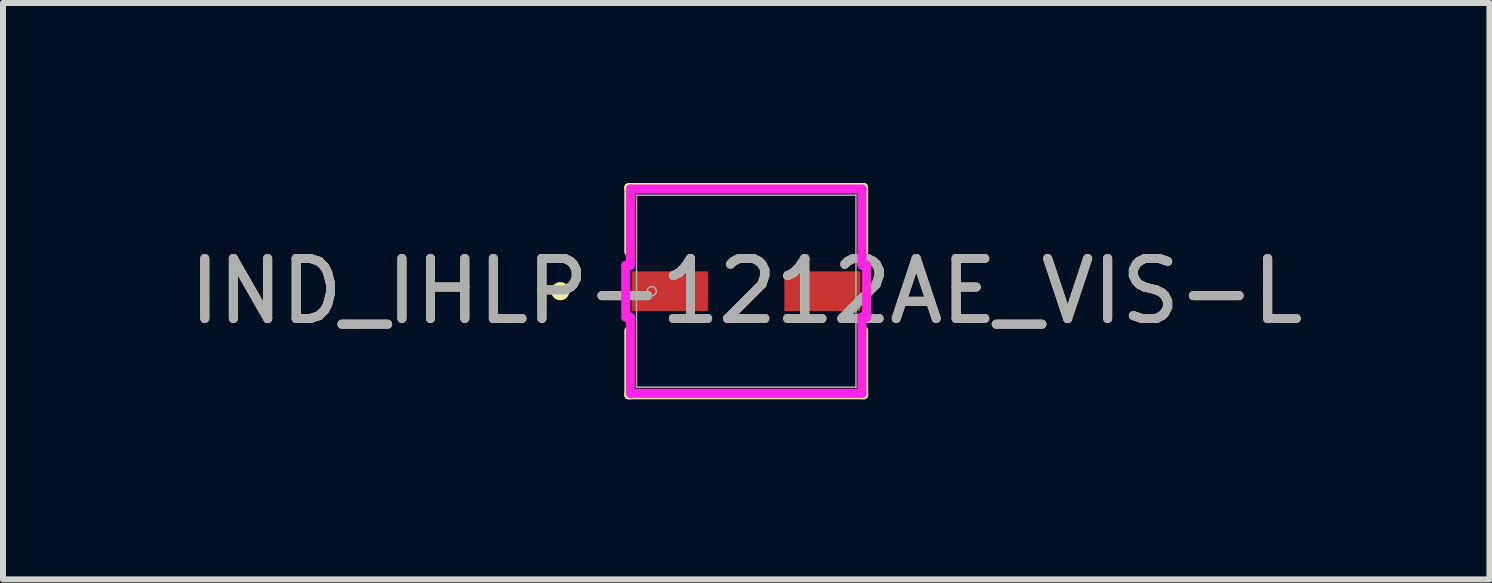
<source format=kicad_pcb>
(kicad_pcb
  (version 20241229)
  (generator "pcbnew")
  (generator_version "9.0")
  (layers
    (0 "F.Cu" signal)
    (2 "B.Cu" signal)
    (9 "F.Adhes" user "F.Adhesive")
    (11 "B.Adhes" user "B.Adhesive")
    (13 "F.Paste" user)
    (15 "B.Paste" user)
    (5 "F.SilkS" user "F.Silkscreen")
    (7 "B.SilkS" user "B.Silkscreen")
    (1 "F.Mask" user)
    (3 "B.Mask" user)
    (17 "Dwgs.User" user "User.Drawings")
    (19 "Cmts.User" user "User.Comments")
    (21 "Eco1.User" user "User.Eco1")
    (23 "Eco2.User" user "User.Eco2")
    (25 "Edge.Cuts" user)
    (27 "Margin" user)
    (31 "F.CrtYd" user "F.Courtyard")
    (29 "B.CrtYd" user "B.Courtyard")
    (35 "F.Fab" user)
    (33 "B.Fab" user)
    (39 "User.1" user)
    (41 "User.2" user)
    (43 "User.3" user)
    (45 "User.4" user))
  (footprint "IND_IHLP-1212AE_VIS-L"
    (layer "F.Cu")
    (at 9.387 1.803)
    (property "Reference" "IND_IHLP-1212AE_VIS-L" (at 0 0 0) (unlocked yes) (layer "F.SilkS") (effects (font (size 1 1) (thickness 0.15))))
    (attr smd)
    (fp_line (start -1.956 -1.727) (end -1.956 -0.659) (stroke (width 0.152) (type solid)) (layer "F.SilkS"))
    (fp_line (start -1.956 0.659) (end -1.956 1.727) (stroke (width 0.152) (type solid)) (layer "F.SilkS"))
    (fp_line (start -1.956 1.727) (end 1.956 1.727) (stroke (width 0.152) (type solid)) (layer "F.SilkS"))
    (fp_line (start 1.956 -1.727) (end -1.956 -1.727) (stroke (width 0.152) (type solid)) (layer "F.SilkS"))
    (fp_line (start 1.956 -0.659) (end 1.956 -1.727) (stroke (width 0.152) (type solid)) (layer "F.SilkS"))
    (fp_line (start 1.956 1.727) (end 1.956 0.659) (stroke (width 0.152) (type solid)) (layer "F.SilkS"))
    (fp_circle (center -3.099 0) (end -3.023 0) (stroke (width 0.152) (type solid)) (fill no) (layer "F.SilkS"))
    (fp_line (start -2.007 -0.432) (end -1.93 -0.432) (stroke (width 0.152) (type solid)) (layer "F.CrtYd"))
    (fp_line (start -2.007 0.432) (end -2.007 -0.432) (stroke (width 0.152) (type solid)) (layer "F.CrtYd"))
    (fp_line (start -1.93 -1.702) (end 1.93 -1.702) (stroke (width 0.152) (type solid)) (layer "F.CrtYd"))
    (fp_line (start -1.93 -0.432) (end -1.93 -1.702) (stroke (width 0.152) (type solid)) (layer "F.CrtYd"))
    (fp_line (start -1.93 0.432) (end -2.007 0.432) (stroke (width 0.152) (type solid)) (layer "F.CrtYd"))
    (fp_line (start -1.93 1.702) (end -1.93 0.432) (stroke (width 0.152) (type solid)) (layer "F.CrtYd"))
    (fp_line (start 1.93 -1.702) (end 1.93 -0.432) (stroke (width 0.152) (type solid)) (layer "F.CrtYd"))
    (fp_line (start 1.93 -0.432) (end 2.007 -0.432) (stroke (width 0.152) (type solid)) (layer "F.CrtYd"))
    (fp_line (start 1.93 0.432) (end 1.93 1.702) (stroke (width 0.152) (type solid)) (layer "F.CrtYd"))
    (fp_line (start 1.93 1.702) (end -1.93 1.702) (stroke (width 0.152) (type solid)) (layer "F.CrtYd"))
    (fp_line (start 2.007 -0.432) (end 2.007 0.432) (stroke (width 0.152) (type solid)) (layer "F.CrtYd"))
    (fp_line (start 2.007 0.432) (end 1.93 0.432) (stroke (width 0.152) (type solid)) (layer "F.CrtYd"))
    (fp_line (start -1.829 -1.6) (end -1.829 1.6) (stroke (width 0.025) (type solid)) (layer "F.Fab"))
    (fp_line (start -1.829 1.6) (end 1.829 1.6) (stroke (width 0.025) (type solid)) (layer "F.Fab"))
    (fp_line (start 1.829 -1.6) (end -1.829 -1.6) (stroke (width 0.025) (type solid)) (layer "F.Fab"))
    (fp_line (start 1.829 1.6) (end 1.829 -1.6) (stroke (width 0.025) (type solid)) (layer "F.Fab"))
    (fp_circle (center -1.575 0) (end -1.499 0) (stroke (width 0.025) (type solid)) (fill no) (layer "F.Fab"))
    (fp_text user "${REFERENCE}" (at 0 0 0) (unlocked yes) (layer "F.Fab") (effects (font (size 1 1) (thickness 0.15))))
    (pad "1" smd rect (at -1.27 0 90) (size 0.66 1.27) (layers "F.Cu" "F.Mask" "F.Paste"))
    (pad "2" smd rect (at 1.27 0 90) (size 0.66 1.27) (layers "F.Cu" "F.Mask" "F.Paste"))
    (zone (net_name "") (layer "F.Cu") (hatch full 0.508) (connect_pads) (min_thickness 0.254) (filled_areas_thickness no) (keepout (tracks not_allowed) (vias not_allowed) (pads allowed) (copperpour not_allowed) (footprints allowed)) (placement (enabled no)) (fill) (polygon (pts (xy 7.609 0.254) (xy 11.165 0.254) (xy 11.165 1.397) (xy 7.609 1.397))))
    (zone (net_name "") (layer "F.Cu") (hatch full 0.508) (connect_pads) (min_thickness 0.254) (filled_areas_thickness no) (keepout (tracks not_allowed) (vias not_allowed) (pads allowed) (copperpour not_allowed) (footprints allowed)) (placement (enabled no)) (fill) (polygon (pts (xy 7.609 2.21) (xy 11.165 2.21) (xy 11.165 3.353) (xy 7.609 3.353))))
    (zone (net_name "") (layer "F.Cu") (hatch full 0.508) (connect_pads) (min_thickness 0.254) (filled_areas_thickness no) (keepout (tracks not_allowed) (vias not_allowed) (pads allowed) (copperpour not_allowed) (footprints allowed)) (placement (enabled no)) (fill) (polygon (pts (xy 8.802 1.397) (xy 9.972 1.397) (xy 9.972 2.21) (xy 8.802 2.21)))))
  (gr_rect
    (start -3 -3)
    (end 21.774 6.607)
    (stroke (width 0.1) (type default))
    (fill no)
    (layer "Edge.Cuts")))
</source>
